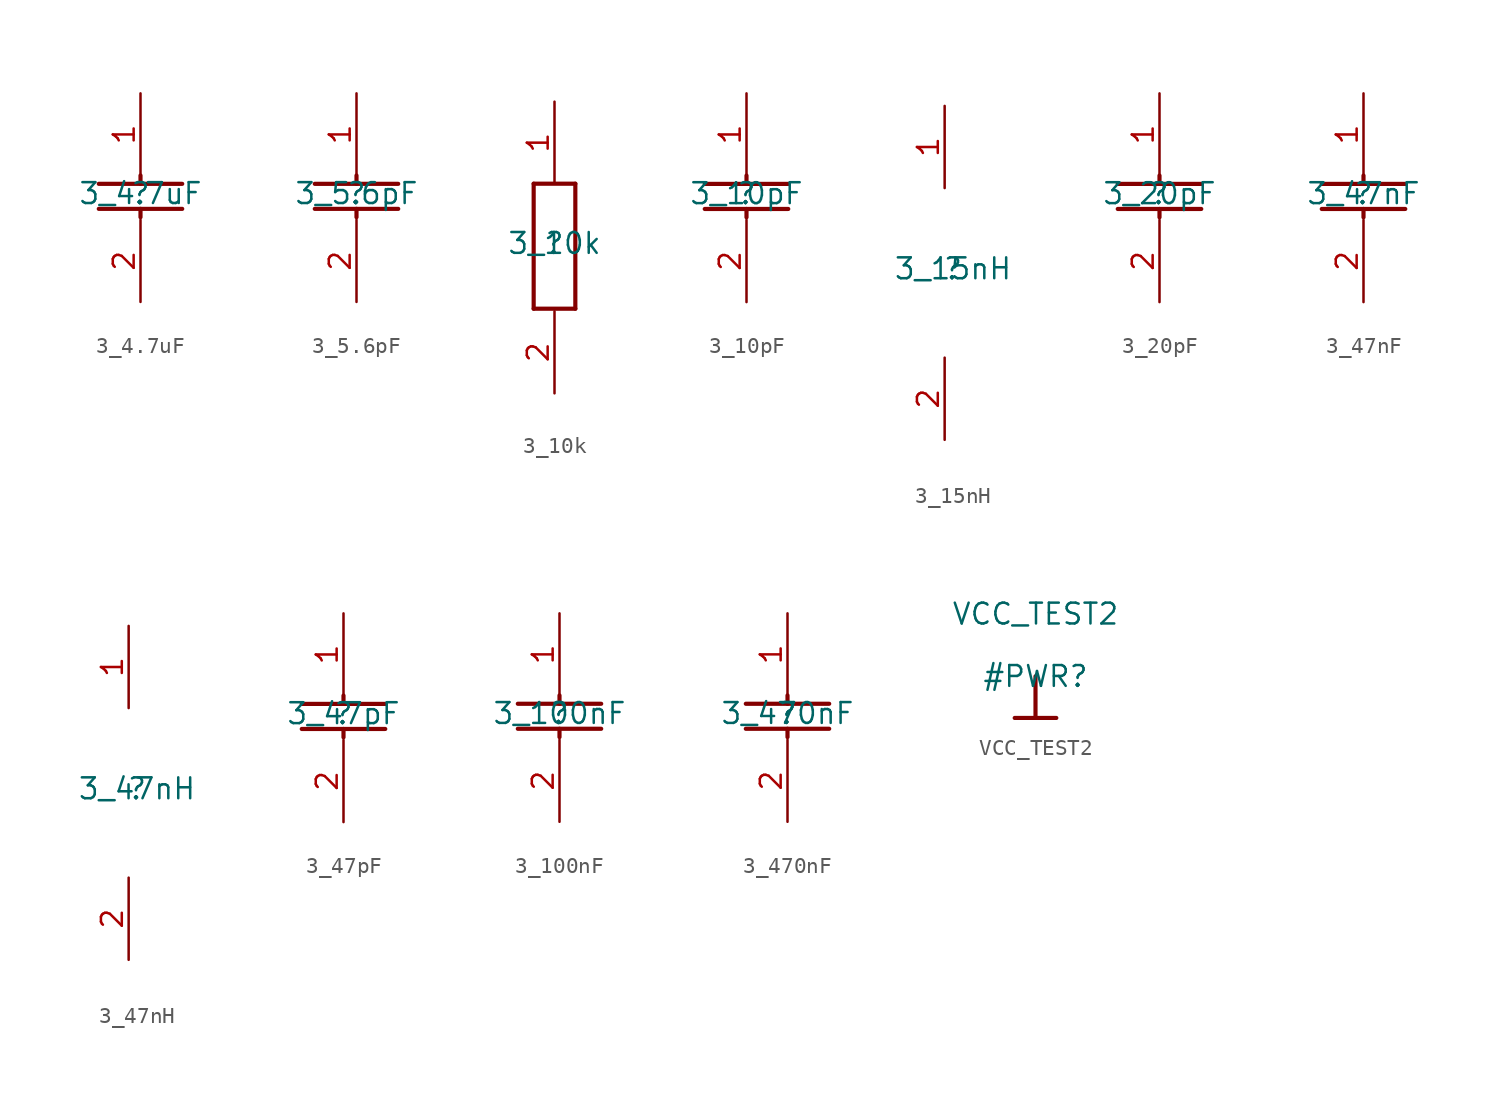
<source format=kicad_sym>
(kicad_symbol_lib
  (version 20211014)
  (generator kicad_symbol_editor)
  (symbol "3_4.7uF"
    (property "Reference" ""
      (at 0 0 0)
      (effects (font (size 1.27 1.27))))
    (property "Value" "3_4.7uF"
      (at 0 0 0)
      (effects (font (size 1.27 1.27))))
    (symbol "3_4.7uF_1_0"
      (polyline (pts (xy 0 -0.937) (xy 0 -1.445)) (stroke (width 0.254) (type default) (color 0 0 0 0)) (fill (type none)))
      (polyline (pts (xy 0 1.095) (xy 0 0.587)) (stroke (width 0.254) (type default) (color 0 0 0 0)) (fill (type none)))
      (polyline (pts (xy 2.54 -0.937) (xy -2.54 -0.937)) (stroke (width 0.254) (type default) (color 0 0 0 0)) (fill (type none)))
      (polyline (pts (xy 2.54 0.587) (xy -2.54 0.587)) (stroke (width 0.254) (type default) (color 0 0 0 0)) (fill (type none)))
      (pin passive line (at 0 6.096 270) (length 5) (name "1" (effects (font (size 0 0)))) (number "1" (effects (font (size 1.27 1.27)))))
      (pin passive line (at 0 -6.604 90) (length 5) (name "2" (effects (font (size 0 0)))) (number "2" (effects (font (size 1.27 1.27)))))))
  (symbol "3_5.6pF"
    (property "Reference" ""
      (at 0 0 0)
      (effects (font (size 1.27 1.27))))
    (property "Value" "3_5.6pF"
      (at 0 0 0)
      (effects (font (size 1.27 1.27))))
    (symbol "3_5.6pF_1_0"
      (polyline (pts (xy 0 -0.937) (xy 0 -1.445)) (stroke (width 0.254) (type default) (color 0 0 0 0)) (fill (type none)))
      (polyline (pts (xy 0 1.095) (xy 0 0.587)) (stroke (width 0.254) (type default) (color 0 0 0 0)) (fill (type none)))
      (polyline (pts (xy 2.54 -0.937) (xy -2.54 -0.937)) (stroke (width 0.254) (type default) (color 0 0 0 0)) (fill (type none)))
      (polyline (pts (xy 2.54 0.587) (xy -2.54 0.587)) (stroke (width 0.254) (type default) (color 0 0 0 0)) (fill (type none)))
      (pin passive line (at 0 6.096 270) (length 5) (name "1" (effects (font (size 0 0)))) (number "1" (effects (font (size 1.27 1.27)))))
      (pin passive line (at 0 -6.604 90) (length 5) (name "2" (effects (font (size 0 0)))) (number "2" (effects (font (size 1.27 1.27)))))))
  (symbol "3_10k"
    (property "Reference" ""
      (at 0 0 0)
      (effects (font (size 1.27 1.27))))
    (property "Value" "3_10k"
      (at 0 0 0)
      (effects (font (size 1.27 1.27))))
    (symbol "3_10k_1_0"
      (polyline (pts (xy -1.27 -3.985) (xy -1.27 3.635)) (stroke (width 0.254) (type default) (color 0 0 0 0)) (fill (type none)))
      (polyline (pts (xy -1.27 -3.985) (xy 1.27 -3.985)) (stroke (width 0.254) (type default) (color 0 0 0 0)) (fill (type none)))
      (polyline (pts (xy 1.27 3.635) (xy -1.27 3.635)) (stroke (width 0.254) (type default) (color 0 0 0 0)) (fill (type none)))
      (polyline (pts (xy 1.27 3.635) (xy 1.27 -3.985)) (stroke (width 0.254) (type default) (color 0 0 0 0)) (fill (type none)))
      (pin passive line (at 0 8.636 270) (length 5) (name "1" (effects (font (size 0 0)))) (number "1" (effects (font (size 1.27 1.27)))))
      (pin passive line (at 0 -9.144 90) (length 5) (name "2" (effects (font (size 0 0)))) (number "2" (effects (font (size 1.27 1.27)))))))
  (symbol "3_10pF"
    (property "Reference" ""
      (at 0 0 0)
      (effects (font (size 1.27 1.27))))
    (property "Value" "3_10pF"
      (at 0 0 0)
      (effects (font (size 1.27 1.27))))
    (symbol "3_10pF_1_0"
      (polyline (pts (xy 0 -0.937) (xy 0 -1.445)) (stroke (width 0.254) (type default) (color 0 0 0 0)) (fill (type none)))
      (polyline (pts (xy 0 1.095) (xy 0 0.587)) (stroke (width 0.254) (type default) (color 0 0 0 0)) (fill (type none)))
      (polyline (pts (xy 2.54 -0.937) (xy -2.54 -0.937)) (stroke (width 0.254) (type default) (color 0 0 0 0)) (fill (type none)))
      (polyline (pts (xy 2.54 0.587) (xy -2.54 0.587)) (stroke (width 0.254) (type default) (color 0 0 0 0)) (fill (type none)))
      (pin passive line (at 0 6.096 270) (length 5) (name "1" (effects (font (size 0 0)))) (number "1" (effects (font (size 1.27 1.27)))))
      (pin passive line (at 0 -6.604 90) (length 5) (name "2" (effects (font (size 0 0)))) (number "2" (effects (font (size 1.27 1.27)))))))
  (symbol "3_15nH"
    (property "Reference" ""
      (at 0 0 0)
      (effects (font (size 1.27 1.27))))
    (property "Value" "3_15nH"
      (at 0 0 0)
      (effects (font (size 1.27 1.27))))
    (symbol "3_15nH_1_0"
      (pin passive line (at -0.508 9.906 270) (length 5) (name "1" (effects (font (size 0 0)))) (number "1" (effects (font (size 1.27 1.27)))))
      (pin passive line (at -0.508 -10.414 90) (length 5) (name "2" (effects (font (size 0 0)))) (number "2" (effects (font (size 1.27 1.27)))))))
  (symbol "3_20pF"
    (property "Reference" ""
      (at 0 0 0)
      (effects (font (size 1.27 1.27))))
    (property "Value" "3_20pF"
      (at 0 0 0)
      (effects (font (size 1.27 1.27))))
    (symbol "3_20pF_1_0"
      (polyline (pts (xy 0 -0.937) (xy 0 -1.445)) (stroke (width 0.254) (type default) (color 0 0 0 0)) (fill (type none)))
      (polyline (pts (xy 0 1.095) (xy 0 0.587)) (stroke (width 0.254) (type default) (color 0 0 0 0)) (fill (type none)))
      (polyline (pts (xy 2.54 -0.937) (xy -2.54 -0.937)) (stroke (width 0.254) (type default) (color 0 0 0 0)) (fill (type none)))
      (polyline (pts (xy 2.54 0.587) (xy -2.54 0.587)) (stroke (width 0.254) (type default) (color 0 0 0 0)) (fill (type none)))
      (pin passive line (at 0 6.096 270) (length 5) (name "1" (effects (font (size 0 0)))) (number "1" (effects (font (size 1.27 1.27)))))
      (pin passive line (at 0 -6.604 90) (length 5) (name "2" (effects (font (size 0 0)))) (number "2" (effects (font (size 1.27 1.27)))))))
  (symbol "3_47nF"
    (property "Reference" ""
      (at 0 0 0)
      (effects (font (size 1.27 1.27))))
    (property "Value" "3_47nF"
      (at 0 0 0)
      (effects (font (size 1.27 1.27))))
    (symbol "3_47nF_1_0"
      (polyline (pts (xy 0 -0.937) (xy 0 -1.445)) (stroke (width 0.254) (type default) (color 0 0 0 0)) (fill (type none)))
      (polyline (pts (xy 0 1.095) (xy 0 0.587)) (stroke (width 0.254) (type default) (color 0 0 0 0)) (fill (type none)))
      (polyline (pts (xy 2.54 -0.937) (xy -2.54 -0.937)) (stroke (width 0.254) (type default) (color 0 0 0 0)) (fill (type none)))
      (polyline (pts (xy 2.54 0.587) (xy -2.54 0.587)) (stroke (width 0.254) (type default) (color 0 0 0 0)) (fill (type none)))
      (pin passive line (at 0 6.096 270) (length 5) (name "1" (effects (font (size 0 0)))) (number "1" (effects (font (size 1.27 1.27)))))
      (pin passive line (at 0 -6.604 90) (length 5) (name "2" (effects (font (size 0 0)))) (number "2" (effects (font (size 1.27 1.27)))))))
  (symbol "3_47nH"
    (property "Reference" ""
      (at 0 0 0)
      (effects (font (size 1.27 1.27))))
    (property "Value" "3_47nH"
      (at 0 0 0)
      (effects (font (size 1.27 1.27))))
    (symbol "3_47nH_1_0"
      (pin passive line (at -0.508 9.906 270) (length 5) (name "1" (effects (font (size 0 0)))) (number "1" (effects (font (size 1.27 1.27)))))
      (pin passive line (at -0.508 -10.414 90) (length 5) (name "2" (effects (font (size 0 0)))) (number "2" (effects (font (size 1.27 1.27)))))))
  (symbol "3_47pF"
    (property "Reference" ""
      (at 0 0 0)
      (effects (font (size 1.27 1.27))))
    (property "Value" "3_47pF"
      (at 0 0 0)
      (effects (font (size 1.27 1.27))))
    (symbol "3_47pF_1_0"
      (polyline (pts (xy 0 -0.937) (xy 0 -1.445)) (stroke (width 0.254) (type default) (color 0 0 0 0)) (fill (type none)))
      (polyline (pts (xy 0 1.095) (xy 0 0.587)) (stroke (width 0.254) (type default) (color 0 0 0 0)) (fill (type none)))
      (polyline (pts (xy 2.54 -0.937) (xy -2.54 -0.937)) (stroke (width 0.254) (type default) (color 0 0 0 0)) (fill (type none)))
      (polyline (pts (xy 2.54 0.587) (xy -2.54 0.587)) (stroke (width 0.254) (type default) (color 0 0 0 0)) (fill (type none)))
      (pin passive line (at 0 6.096 270) (length 5) (name "1" (effects (font (size 0 0)))) (number "1" (effects (font (size 1.27 1.27)))))
      (pin passive line (at 0 -6.604 90) (length 5) (name "2" (effects (font (size 0 0)))) (number "2" (effects (font (size 1.27 1.27)))))))
  (symbol "3_100nF"
    (property "Reference" ""
      (at 0 0 0)
      (effects (font (size 1.27 1.27))))
    (property "Value" "3_100nF"
      (at 0 0 0)
      (effects (font (size 1.27 1.27))))
    (symbol "3_100nF_1_0"
      (polyline (pts (xy 0 -0.937) (xy 0 -1.445)) (stroke (width 0.254) (type default) (color 0 0 0 0)) (fill (type none)))
      (polyline (pts (xy 0 1.095) (xy 0 0.587)) (stroke (width 0.254) (type default) (color 0 0 0 0)) (fill (type none)))
      (polyline (pts (xy 2.54 -0.937) (xy -2.54 -0.937)) (stroke (width 0.254) (type default) (color 0 0 0 0)) (fill (type none)))
      (polyline (pts (xy 2.54 0.587) (xy -2.54 0.587)) (stroke (width 0.254) (type default) (color 0 0 0 0)) (fill (type none)))
      (pin passive line (at 0 6.096 270) (length 5) (name "1" (effects (font (size 0 0)))) (number "1" (effects (font (size 1.27 1.27)))))
      (pin passive line (at 0 -6.604 90) (length 5) (name "2" (effects (font (size 0 0)))) (number "2" (effects (font (size 1.27 1.27)))))))
  (symbol "3_470nF"
    (property "Reference" ""
      (at 0 0 0)
      (effects (font (size 1.27 1.27))))
    (property "Value" "3_470nF"
      (at 0 0 0)
      (effects (font (size 1.27 1.27))))
    (symbol "3_470nF_1_0"
      (polyline (pts (xy 0 -0.937) (xy 0 -1.445)) (stroke (width 0.254) (type default) (color 0 0 0 0)) (fill (type none)))
      (polyline (pts (xy 0 1.095) (xy 0 0.587)) (stroke (width 0.254) (type default) (color 0 0 0 0)) (fill (type none)))
      (polyline (pts (xy 2.54 -0.937) (xy -2.54 -0.937)) (stroke (width 0.254) (type default) (color 0 0 0 0)) (fill (type none)))
      (polyline (pts (xy 2.54 0.587) (xy -2.54 0.587)) (stroke (width 0.254) (type default) (color 0 0 0 0)) (fill (type none)))
      (pin passive line (at 0 6.096 270) (length 5) (name "1" (effects (font (size 0 0)))) (number "1" (effects (font (size 1.27 1.27)))))
      (pin passive line (at 0 -6.604 90) (length 5) (name "2" (effects (font (size 0 0)))) (number "2" (effects (font (size 1.27 1.27)))))))
  (symbol "VCC_TEST2"
    (power)
    (property "Reference" "#PWR"
      (at 0 0 0)
      (effects (font (size 1.27 1.27))))
    (property "Value" "VCC_TEST2"
      (at 0 3.81 0)
      (effects (font (size 1.27 1.27))))
    (symbol "VCC_TEST2_0_0"
      (polyline (pts (xy -1.27 -2.54) (xy 1.27 -2.54)) (stroke (width 0.254) (type default) (color 0 0 0 0)) (fill (type none)))
      (polyline (pts (xy 0 0) (xy 0 -2.54)) (stroke (width 0.254) (type default) (color 0 0 0 0)) (fill (type none)))
      (pin power_in line (at 0 0 0) (length 0) hide (name "VCC_TEST2" (effects (font (size 1.27 1.27)))) (number "" (effects (font (size 1.27 1.27))))))))
</source>
